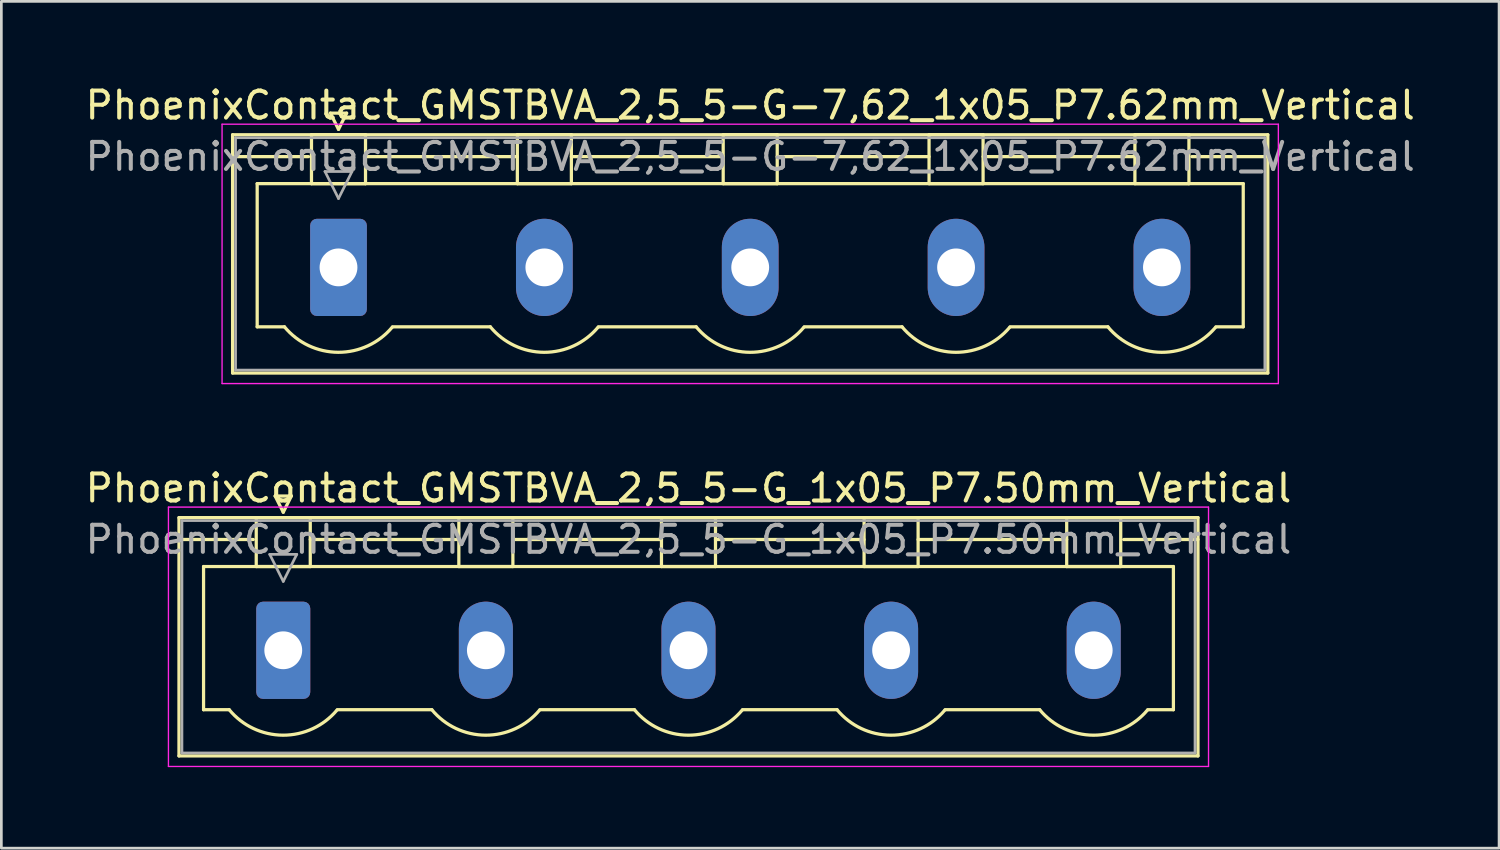
<source format=kicad_pcb>
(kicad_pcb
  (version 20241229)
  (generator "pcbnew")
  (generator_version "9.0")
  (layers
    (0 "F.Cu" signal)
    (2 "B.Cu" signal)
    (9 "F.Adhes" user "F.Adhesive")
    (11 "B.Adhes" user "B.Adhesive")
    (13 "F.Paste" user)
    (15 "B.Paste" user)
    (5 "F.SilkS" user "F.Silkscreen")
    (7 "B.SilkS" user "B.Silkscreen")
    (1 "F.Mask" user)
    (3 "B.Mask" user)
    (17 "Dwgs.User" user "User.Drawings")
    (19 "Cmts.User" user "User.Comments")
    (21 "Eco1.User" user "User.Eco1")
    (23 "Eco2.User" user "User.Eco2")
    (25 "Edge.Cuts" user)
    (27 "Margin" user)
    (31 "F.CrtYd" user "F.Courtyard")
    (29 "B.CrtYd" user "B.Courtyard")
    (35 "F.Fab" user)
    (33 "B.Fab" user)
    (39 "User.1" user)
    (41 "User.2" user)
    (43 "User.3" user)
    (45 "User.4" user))
  (footprint "PhoenixContact_GMSTBVA_2,5_5-G_1x05_P7.50mm_Vertical"
    (layer "F.Cu")
    (at 7.435 21.021)
    (property "Reference" "PhoenixContact_GMSTBVA_2,5_5-G_1x05_P7.50mm_Vertical" (at 15 -6 0) (layer "F.SilkS") (effects (font (size 1 1) (thickness 0.15))))
    (attr through_hole)
    (fp_line (start -3.86 -4.91) (end -3.86 3.91) (stroke (width 0.12) (type solid)) (layer "F.SilkS"))
    (fp_line (start -3.86 -4.1) (end -1.11 -4.1) (stroke (width 0.12) (type solid)) (layer "F.SilkS"))
    (fp_line (start -3.86 3.91) (end 33.86 3.91) (stroke (width 0.12) (type solid)) (layer "F.SilkS"))
    (fp_line (start -2.95 -3.1) (end 32.95 -3.1) (stroke (width 0.12) (type solid)) (layer "F.SilkS"))
    (fp_line (start -2.95 2.2) (end -2.95 -3.1) (stroke (width 0.12) (type solid)) (layer "F.SilkS"))
    (fp_line (start -2 2.2) (end -2.95 2.2) (stroke (width 0.12) (type solid)) (layer "F.SilkS"))
    (fp_line (start -1 -4.91) (end 1 -4.91) (stroke (width 0.12) (type solid)) (layer "F.SilkS"))
    (fp_line (start -1 -3.1) (end -1 -4.91) (stroke (width 0.12) (type solid)) (layer "F.SilkS"))
    (fp_line (start -0.3 -5.71) (end 0.3 -5.71) (stroke (width 0.12) (type solid)) (layer "F.SilkS"))
    (fp_line (start 0 -5.11) (end -0.3 -5.71) (stroke (width 0.12) (type solid)) (layer "F.SilkS"))
    (fp_line (start 0.3 -5.71) (end 0 -5.11) (stroke (width 0.12) (type solid)) (layer "F.SilkS"))
    (fp_line (start 1 -4.91) (end 1 -3.1) (stroke (width 0.12) (type solid)) (layer "F.SilkS"))
    (fp_line (start 1 -4.1) (end 6.5 -4.1) (stroke (width 0.12) (type solid)) (layer "F.SilkS"))
    (fp_line (start 1 -3.1) (end -1 -3.1) (stroke (width 0.12) (type solid)) (layer "F.SilkS"))
    (fp_line (start 2 2.2) (end 5.5 2.2) (stroke (width 0.12) (type solid)) (layer "F.SilkS"))
    (fp_line (start 6.5 -4.91) (end 8.5 -4.91) (stroke (width 0.12) (type solid)) (layer "F.SilkS"))
    (fp_line (start 6.5 -3.1) (end 6.5 -4.91) (stroke (width 0.12) (type solid)) (layer "F.SilkS"))
    (fp_line (start 8.5 -4.91) (end 8.5 -3.1) (stroke (width 0.12) (type solid)) (layer "F.SilkS"))
    (fp_line (start 8.5 -4.1) (end 14 -4.1) (stroke (width 0.12) (type solid)) (layer "F.SilkS"))
    (fp_line (start 8.5 -3.1) (end 6.5 -3.1) (stroke (width 0.12) (type solid)) (layer "F.SilkS"))
    (fp_line (start 9.5 2.2) (end 13 2.2) (stroke (width 0.12) (type solid)) (layer "F.SilkS"))
    (fp_line (start 14 -4.91) (end 16 -4.91) (stroke (width 0.12) (type solid)) (layer "F.SilkS"))
    (fp_line (start 14 -3.1) (end 14 -4.91) (stroke (width 0.12) (type solid)) (layer "F.SilkS"))
    (fp_line (start 16 -4.91) (end 16 -3.1) (stroke (width 0.12) (type solid)) (layer "F.SilkS"))
    (fp_line (start 16 -4.1) (end 21.5 -4.1) (stroke (width 0.12) (type solid)) (layer "F.SilkS"))
    (fp_line (start 16 -3.1) (end 14 -3.1) (stroke (width 0.12) (type solid)) (layer "F.SilkS"))
    (fp_line (start 17 2.2) (end 20.5 2.2) (stroke (width 0.12) (type solid)) (layer "F.SilkS"))
    (fp_line (start 21.5 -4.91) (end 23.5 -4.91) (stroke (width 0.12) (type solid)) (layer "F.SilkS"))
    (fp_line (start 21.5 -3.1) (end 21.5 -4.91) (stroke (width 0.12) (type solid)) (layer "F.SilkS"))
    (fp_line (start 23.5 -4.91) (end 23.5 -3.1) (stroke (width 0.12) (type solid)) (layer "F.SilkS"))
    (fp_line (start 23.5 -4.1) (end 29 -4.1) (stroke (width 0.12) (type solid)) (layer "F.SilkS"))
    (fp_line (start 23.5 -3.1) (end 21.5 -3.1) (stroke (width 0.12) (type solid)) (layer "F.SilkS"))
    (fp_line (start 24.5 2.2) (end 28 2.2) (stroke (width 0.12) (type solid)) (layer "F.SilkS"))
    (fp_line (start 29 -4.91) (end 31 -4.91) (stroke (width 0.12) (type solid)) (layer "F.SilkS"))
    (fp_line (start 29 -3.1) (end 29 -4.91) (stroke (width 0.12) (type solid)) (layer "F.SilkS"))
    (fp_line (start 31 -4.91) (end 31 -3.1) (stroke (width 0.12) (type solid)) (layer "F.SilkS"))
    (fp_line (start 31 -3.1) (end 29 -3.1) (stroke (width 0.12) (type solid)) (layer "F.SilkS"))
    (fp_line (start 32.95 -3.1) (end 32.95 2.2) (stroke (width 0.12) (type solid)) (layer "F.SilkS"))
    (fp_line (start 32.95 2.2) (end 32 2.2) (stroke (width 0.12) (type solid)) (layer "F.SilkS"))
    (fp_line (start 33.86 -4.91) (end -3.86 -4.91) (stroke (width 0.12) (type solid)) (layer "F.SilkS"))
    (fp_line (start 33.86 -4.1) (end 31.11 -4.1) (stroke (width 0.12) (type solid)) (layer "F.SilkS"))
    (fp_line (start 33.86 3.91) (end 33.86 -4.91) (stroke (width 0.12) (type solid)) (layer "F.SilkS"))
    (fp_arc (start 1.986842 2.215821) (mid -0.010289 3.142758) (end -2 2.2) (stroke (width 0.12) (type solid)) (layer "F.SilkS"))
    (fp_arc (start 9.486842 2.215821) (mid 7.489711 3.142758) (end 5.5 2.2) (stroke (width 0.12) (type solid)) (layer "F.SilkS"))
    (fp_arc (start 16.986842 2.215821) (mid 14.989711 3.142758) (end 13 2.2) (stroke (width 0.12) (type solid)) (layer "F.SilkS"))
    (fp_arc (start 24.486842 2.215821) (mid 22.489711 3.142758) (end 20.5 2.2) (stroke (width 0.12) (type solid)) (layer "F.SilkS"))
    (fp_arc (start 31.986842 2.215821) (mid 29.989711 3.142758) (end 28 2.2) (stroke (width 0.12) (type solid)) (layer "F.SilkS"))
    (fp_line (start -4.25 -5.3) (end -4.25 4.3) (stroke (width 0.05) (type solid)) (layer "F.CrtYd"))
    (fp_line (start -4.25 4.3) (end 34.25 4.3) (stroke (width 0.05) (type solid)) (layer "F.CrtYd"))
    (fp_line (start 34.25 -5.3) (end -4.25 -5.3) (stroke (width 0.05) (type solid)) (layer "F.CrtYd"))
    (fp_line (start 34.25 4.3) (end 34.25 -5.3) (stroke (width 0.05) (type solid)) (layer "F.CrtYd"))
    (fp_line (start -3.75 -4.8) (end -3.75 3.8) (stroke (width 0.1) (type solid)) (layer "F.Fab"))
    (fp_line (start -3.75 3.8) (end 33.75 3.8) (stroke (width 0.1) (type solid)) (layer "F.Fab"))
    (fp_line (start -0.5 -3.55) (end 0.5 -3.55) (stroke (width 0.1) (type solid)) (layer "F.Fab"))
    (fp_line (start 0 -2.55) (end -0.5 -3.55) (stroke (width 0.1) (type solid)) (layer "F.Fab"))
    (fp_line (start 0.5 -3.55) (end 0 -2.55) (stroke (width 0.1) (type solid)) (layer "F.Fab"))
    (fp_line (start 33.75 -4.8) (end -3.75 -4.8) (stroke (width 0.1) (type solid)) (layer "F.Fab"))
    (fp_line (start 33.75 3.8) (end 33.75 -4.8) (stroke (width 0.1) (type solid)) (layer "F.Fab"))
    (fp_text user "${REFERENCE}" (at 15 -4.1 0) (layer "F.Fab") (effects (font (size 1 1) (thickness 0.15))))
    (pad "1" thru_hole roundrect (at 0 0) (size 2 3.6) (drill 1.4) (layers "*.Cu" "*.Mask") (roundrect_rratio 0.125))
    (pad "2" thru_hole oval (at 7.5 0) (size 2 3.6) (drill 1.4) (layers "*.Cu" "*.Mask"))
    (pad "3" thru_hole oval (at 15 0) (size 2 3.6) (drill 1.4) (layers "*.Cu" "*.Mask"))
    (pad "4" thru_hole oval (at 22.5 0) (size 2 3.6) (drill 1.4) (layers "*.Cu" "*.Mask"))
    (pad "5" thru_hole oval (at 30 0) (size 2 3.6) (drill 1.4) (layers "*.Cu" "*.Mask")))
  (footprint "PhoenixContact_GMSTBVA_2,5_5-G-7,62_1x05_P7.62mm_Vertical"
    (layer "F.Cu")
    (at 9.48 6.848)
    (property "Reference" "PhoenixContact_GMSTBVA_2,5_5-G-7,62_1x05_P7.62mm_Vertical" (at 15.24 -6 0) (layer "F.SilkS") (effects (font (size 1 1) (thickness 0.15))))
    (attr through_hole)
    (fp_line (start -3.92 -4.91) (end -3.92 3.91) (stroke (width 0.12) (type solid)) (layer "F.SilkS"))
    (fp_line (start -3.92 -4.1) (end -1.11 -4.1) (stroke (width 0.12) (type solid)) (layer "F.SilkS"))
    (fp_line (start -3.92 3.91) (end 34.4 3.91) (stroke (width 0.12) (type solid)) (layer "F.SilkS"))
    (fp_line (start -3.01 -3.1) (end 33.49 -3.1) (stroke (width 0.12) (type solid)) (layer "F.SilkS"))
    (fp_line (start -3.01 2.2) (end -3.01 -3.1) (stroke (width 0.12) (type solid)) (layer "F.SilkS"))
    (fp_line (start -2 2.2) (end -3.01 2.2) (stroke (width 0.12) (type solid)) (layer "F.SilkS"))
    (fp_line (start -1 -4.91) (end 1 -4.91) (stroke (width 0.12) (type solid)) (layer "F.SilkS"))
    (fp_line (start -1 -3.1) (end -1 -4.91) (stroke (width 0.12) (type solid)) (layer "F.SilkS"))
    (fp_line (start -0.3 -5.71) (end 0.3 -5.71) (stroke (width 0.12) (type solid)) (layer "F.SilkS"))
    (fp_line (start 0 -5.11) (end -0.3 -5.71) (stroke (width 0.12) (type solid)) (layer "F.SilkS"))
    (fp_line (start 0.3 -5.71) (end 0 -5.11) (stroke (width 0.12) (type solid)) (layer "F.SilkS"))
    (fp_line (start 1 -4.91) (end 1 -3.1) (stroke (width 0.12) (type solid)) (layer "F.SilkS"))
    (fp_line (start 1 -4.1) (end 6.62 -4.1) (stroke (width 0.12) (type solid)) (layer "F.SilkS"))
    (fp_line (start 1 -3.1) (end -1 -3.1) (stroke (width 0.12) (type solid)) (layer "F.SilkS"))
    (fp_line (start 2 2.2) (end 5.62 2.2) (stroke (width 0.12) (type solid)) (layer "F.SilkS"))
    (fp_line (start 6.62 -4.91) (end 8.62 -4.91) (stroke (width 0.12) (type solid)) (layer "F.SilkS"))
    (fp_line (start 6.62 -3.1) (end 6.62 -4.91) (stroke (width 0.12) (type solid)) (layer "F.SilkS"))
    (fp_line (start 8.62 -4.91) (end 8.62 -3.1) (stroke (width 0.12) (type solid)) (layer "F.SilkS"))
    (fp_line (start 8.62 -4.1) (end 14.24 -4.1) (stroke (width 0.12) (type solid)) (layer "F.SilkS"))
    (fp_line (start 8.62 -3.1) (end 6.62 -3.1) (stroke (width 0.12) (type solid)) (layer "F.SilkS"))
    (fp_line (start 9.62 2.2) (end 13.24 2.2) (stroke (width 0.12) (type solid)) (layer "F.SilkS"))
    (fp_line (start 14.24 -4.91) (end 16.24 -4.91) (stroke (width 0.12) (type solid)) (layer "F.SilkS"))
    (fp_line (start 14.24 -3.1) (end 14.24 -4.91) (stroke (width 0.12) (type solid)) (layer "F.SilkS"))
    (fp_line (start 16.24 -4.91) (end 16.24 -3.1) (stroke (width 0.12) (type solid)) (layer "F.SilkS"))
    (fp_line (start 16.24 -4.1) (end 21.86 -4.1) (stroke (width 0.12) (type solid)) (layer "F.SilkS"))
    (fp_line (start 16.24 -3.1) (end 14.24 -3.1) (stroke (width 0.12) (type solid)) (layer "F.SilkS"))
    (fp_line (start 17.24 2.2) (end 20.86 2.2) (stroke (width 0.12) (type solid)) (layer "F.SilkS"))
    (fp_line (start 21.86 -4.91) (end 23.86 -4.91) (stroke (width 0.12) (type solid)) (layer "F.SilkS"))
    (fp_line (start 21.86 -3.1) (end 21.86 -4.91) (stroke (width 0.12) (type solid)) (layer "F.SilkS"))
    (fp_line (start 23.86 -4.91) (end 23.86 -3.1) (stroke (width 0.12) (type solid)) (layer "F.SilkS"))
    (fp_line (start 23.86 -4.1) (end 29.48 -4.1) (stroke (width 0.12) (type solid)) (layer "F.SilkS"))
    (fp_line (start 23.86 -3.1) (end 21.86 -3.1) (stroke (width 0.12) (type solid)) (layer "F.SilkS"))
    (fp_line (start 24.86 2.2) (end 28.48 2.2) (stroke (width 0.12) (type solid)) (layer "F.SilkS"))
    (fp_line (start 29.48 -4.91) (end 31.48 -4.91) (stroke (width 0.12) (type solid)) (layer "F.SilkS"))
    (fp_line (start 29.48 -3.1) (end 29.48 -4.91) (stroke (width 0.12) (type solid)) (layer "F.SilkS"))
    (fp_line (start 31.48 -4.91) (end 31.48 -3.1) (stroke (width 0.12) (type solid)) (layer "F.SilkS"))
    (fp_line (start 31.48 -3.1) (end 29.48 -3.1) (stroke (width 0.12) (type solid)) (layer "F.SilkS"))
    (fp_line (start 33.49 -3.1) (end 33.49 2.2) (stroke (width 0.12) (type solid)) (layer "F.SilkS"))
    (fp_line (start 33.49 2.2) (end 32.48 2.2) (stroke (width 0.12) (type solid)) (layer "F.SilkS"))
    (fp_line (start 34.4 -4.91) (end -3.92 -4.91) (stroke (width 0.12) (type solid)) (layer "F.SilkS"))
    (fp_line (start 34.4 -4.1) (end 31.59 -4.1) (stroke (width 0.12) (type solid)) (layer "F.SilkS"))
    (fp_line (start 34.4 3.91) (end 34.4 -4.91) (stroke (width 0.12) (type solid)) (layer "F.SilkS"))
    (fp_arc (start 1.986842 2.215821) (mid -0.010289 3.142758) (end -2 2.2) (stroke (width 0.12) (type solid)) (layer "F.SilkS"))
    (fp_arc (start 9.606842 2.215821) (mid 7.609711 3.142758) (end 5.62 2.2) (stroke (width 0.12) (type solid)) (layer "F.SilkS"))
    (fp_arc (start 17.226842 2.215821) (mid 15.229711 3.142758) (end 13.24 2.2) (stroke (width 0.12) (type solid)) (layer "F.SilkS"))
    (fp_arc (start 24.846842 2.215821) (mid 22.849711 3.142758) (end 20.86 2.2) (stroke (width 0.12) (type solid)) (layer "F.SilkS"))
    (fp_arc (start 32.466842 2.215821) (mid 30.469711 3.142758) (end 28.48 2.2) (stroke (width 0.12) (type solid)) (layer "F.SilkS"))
    (fp_line (start -4.31 -5.3) (end -4.31 4.3) (stroke (width 0.05) (type solid)) (layer "F.CrtYd"))
    (fp_line (start -4.31 4.3) (end 34.79 4.3) (stroke (width 0.05) (type solid)) (layer "F.CrtYd"))
    (fp_line (start 34.79 -5.3) (end -4.31 -5.3) (stroke (width 0.05) (type solid)) (layer "F.CrtYd"))
    (fp_line (start 34.79 4.3) (end 34.79 -5.3) (stroke (width 0.05) (type solid)) (layer "F.CrtYd"))
    (fp_line (start -3.81 -4.8) (end -3.81 3.8) (stroke (width 0.1) (type solid)) (layer "F.Fab"))
    (fp_line (start -3.81 3.8) (end 34.29 3.8) (stroke (width 0.1) (type solid)) (layer "F.Fab"))
    (fp_line (start -0.5 -3.55) (end 0.5 -3.55) (stroke (width 0.1) (type solid)) (layer "F.Fab"))
    (fp_line (start 0 -2.55) (end -0.5 -3.55) (stroke (width 0.1) (type solid)) (layer "F.Fab"))
    (fp_line (start 0.5 -3.55) (end 0 -2.55) (stroke (width 0.1) (type solid)) (layer "F.Fab"))
    (fp_line (start 34.29 -4.8) (end -3.81 -4.8) (stroke (width 0.1) (type solid)) (layer "F.Fab"))
    (fp_line (start 34.29 3.8) (end 34.29 -4.8) (stroke (width 0.1) (type solid)) (layer "F.Fab"))
    (fp_text user "${REFERENCE}" (at 15.24 -4.1 0) (layer "F.Fab") (effects (font (size 1 1) (thickness 0.15))))
    (pad "1" thru_hole roundrect (at 0 0) (size 2.1 3.6) (drill 1.4) (layers "*.Cu" "*.Mask") (roundrect_rratio 0.119))
    (pad "2" thru_hole oval (at 7.62 0) (size 2.1 3.6) (drill 1.4) (layers "*.Cu" "*.Mask"))
    (pad "3" thru_hole oval (at 15.24 0) (size 2.1 3.6) (drill 1.4) (layers "*.Cu" "*.Mask"))
    (pad "4" thru_hole oval (at 22.86 0) (size 2.1 3.6) (drill 1.4) (layers "*.Cu" "*.Mask"))
    (pad "5" thru_hole oval (at 30.48 0) (size 2.1 3.6) (drill 1.4) (layers "*.Cu" "*.Mask")))
  (gr_rect
    (start -3 -3)
    (end 52.44 28.346)
    (stroke (width 0.1) (type default))
    (fill no)
    (layer "Edge.Cuts")))
</source>
